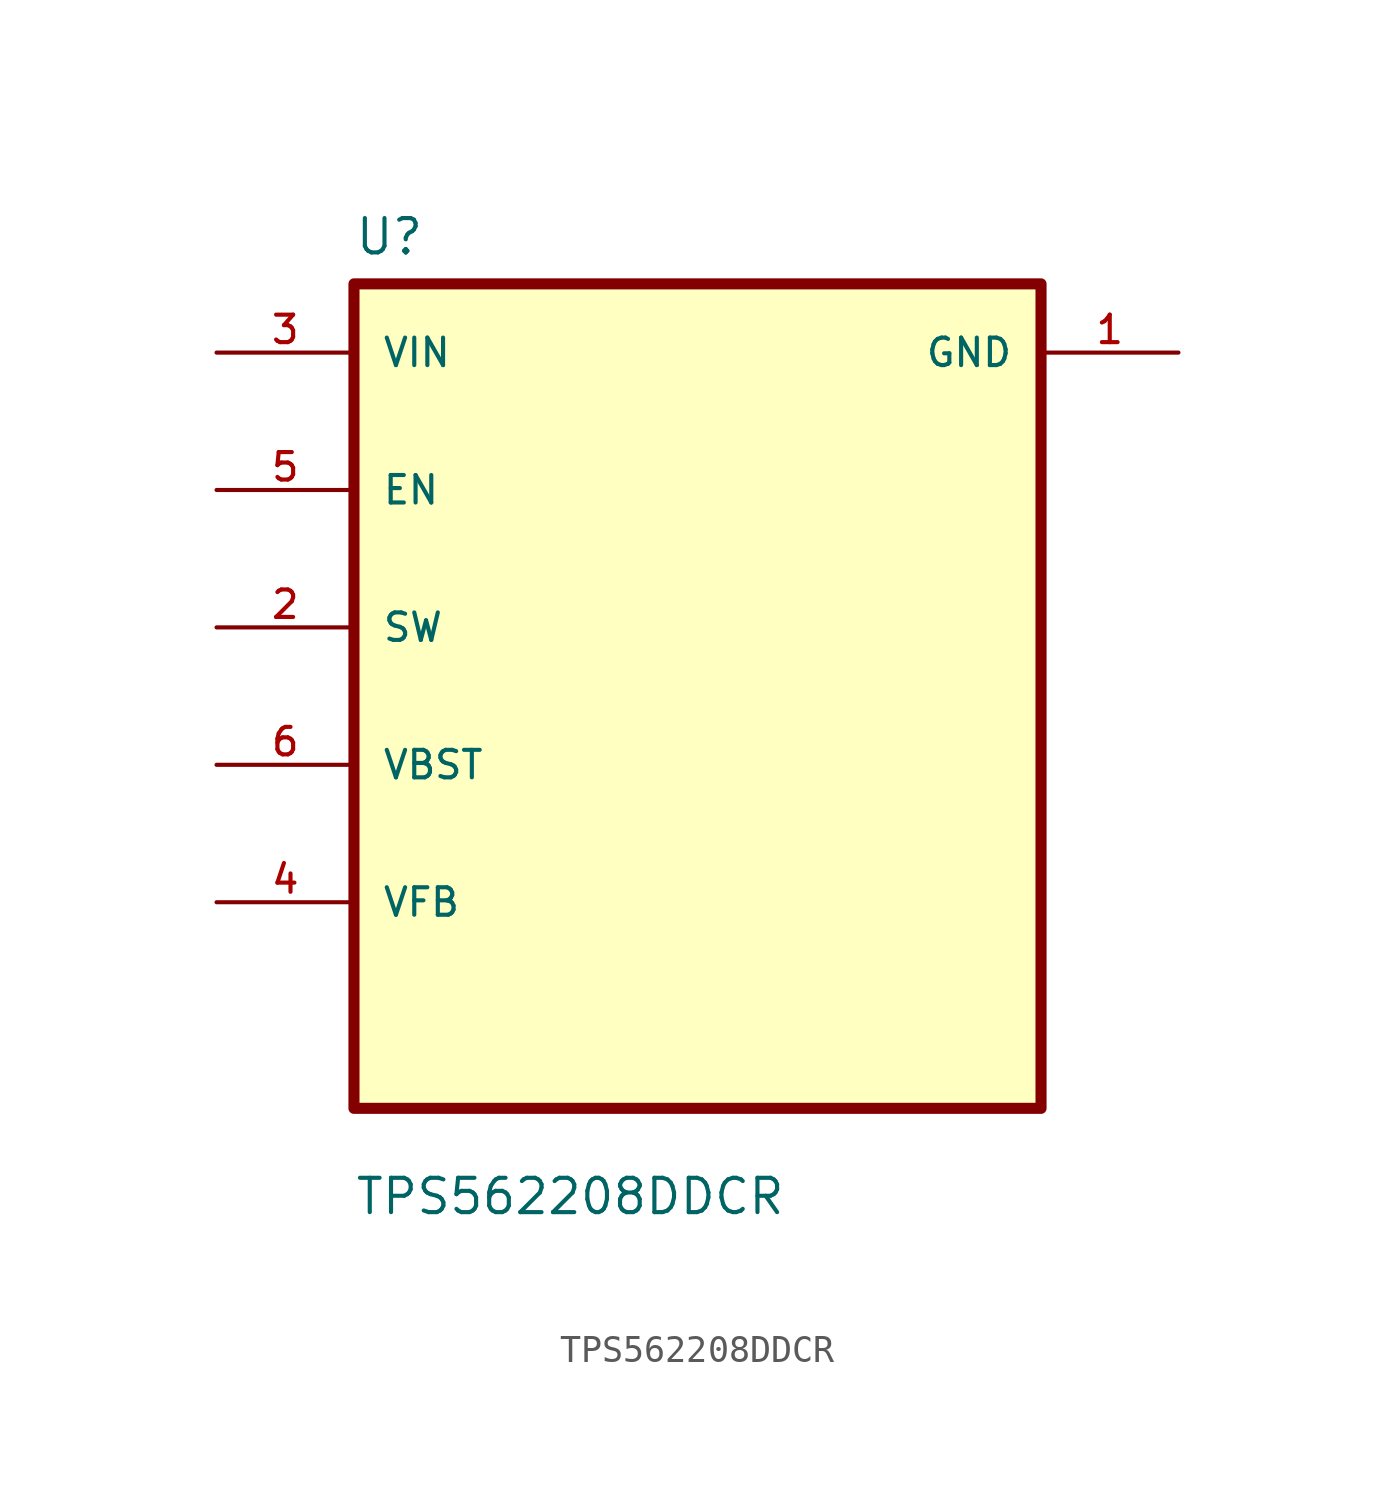
<source format=kicad_sym>
(kicad_symbol_lib
  (version 20211014)
  (generator kicad_symbol_editor)
  (symbol "TPS562208DDCR"
    (pin_names
      (offset 1.016))
    (property "Reference" "U"
      (at -12.7 16.24 0.0)
      (effects (font (size 1.27 1.27)) (justify bottom left)))
    (property "Value" "TPS562208DDCR"
      (at -12.7 -19.24 0.0)
      (effects (font (size 1.27 1.27)) (justify bottom left)))
    (symbol "TPS562208DDCR_0_0"
      (rectangle (start -12.7 -15.24) (end 12.7 15.24) (stroke (width 0.41)) (fill (type background)))
      (pin input line (at -17.78 12.7 0) (length 5.08) (name "VIN" (effects (font (size 1.016 1.016)))) (number "3" (effects (font (size 1.016 1.016)))))
      (pin bidirectional line (at -17.78 7.62 0) (length 5.08) (name "EN" (effects (font (size 1.016 1.016)))) (number "5" (effects (font (size 1.016 1.016)))))
      (pin bidirectional line (at -17.78 2.54 0) (length 5.08) (name "SW" (effects (font (size 1.016 1.016)))) (number "2" (effects (font (size 1.016 1.016)))))
      (pin bidirectional line (at -17.78 -2.54 0) (length 5.08) (name "VBST" (effects (font (size 1.016 1.016)))) (number "6" (effects (font (size 1.016 1.016)))))
      (pin bidirectional line (at -17.78 -7.62 0) (length 5.08) (name "VFB" (effects (font (size 1.016 1.016)))) (number "4" (effects (font (size 1.016 1.016)))))
      (pin power_in line (at 17.78 12.7 180.0) (length 5.08) (name "GND" (effects (font (size 1.016 1.016)))) (number "1" (effects (font (size 1.016 1.016))))))))
</source>
